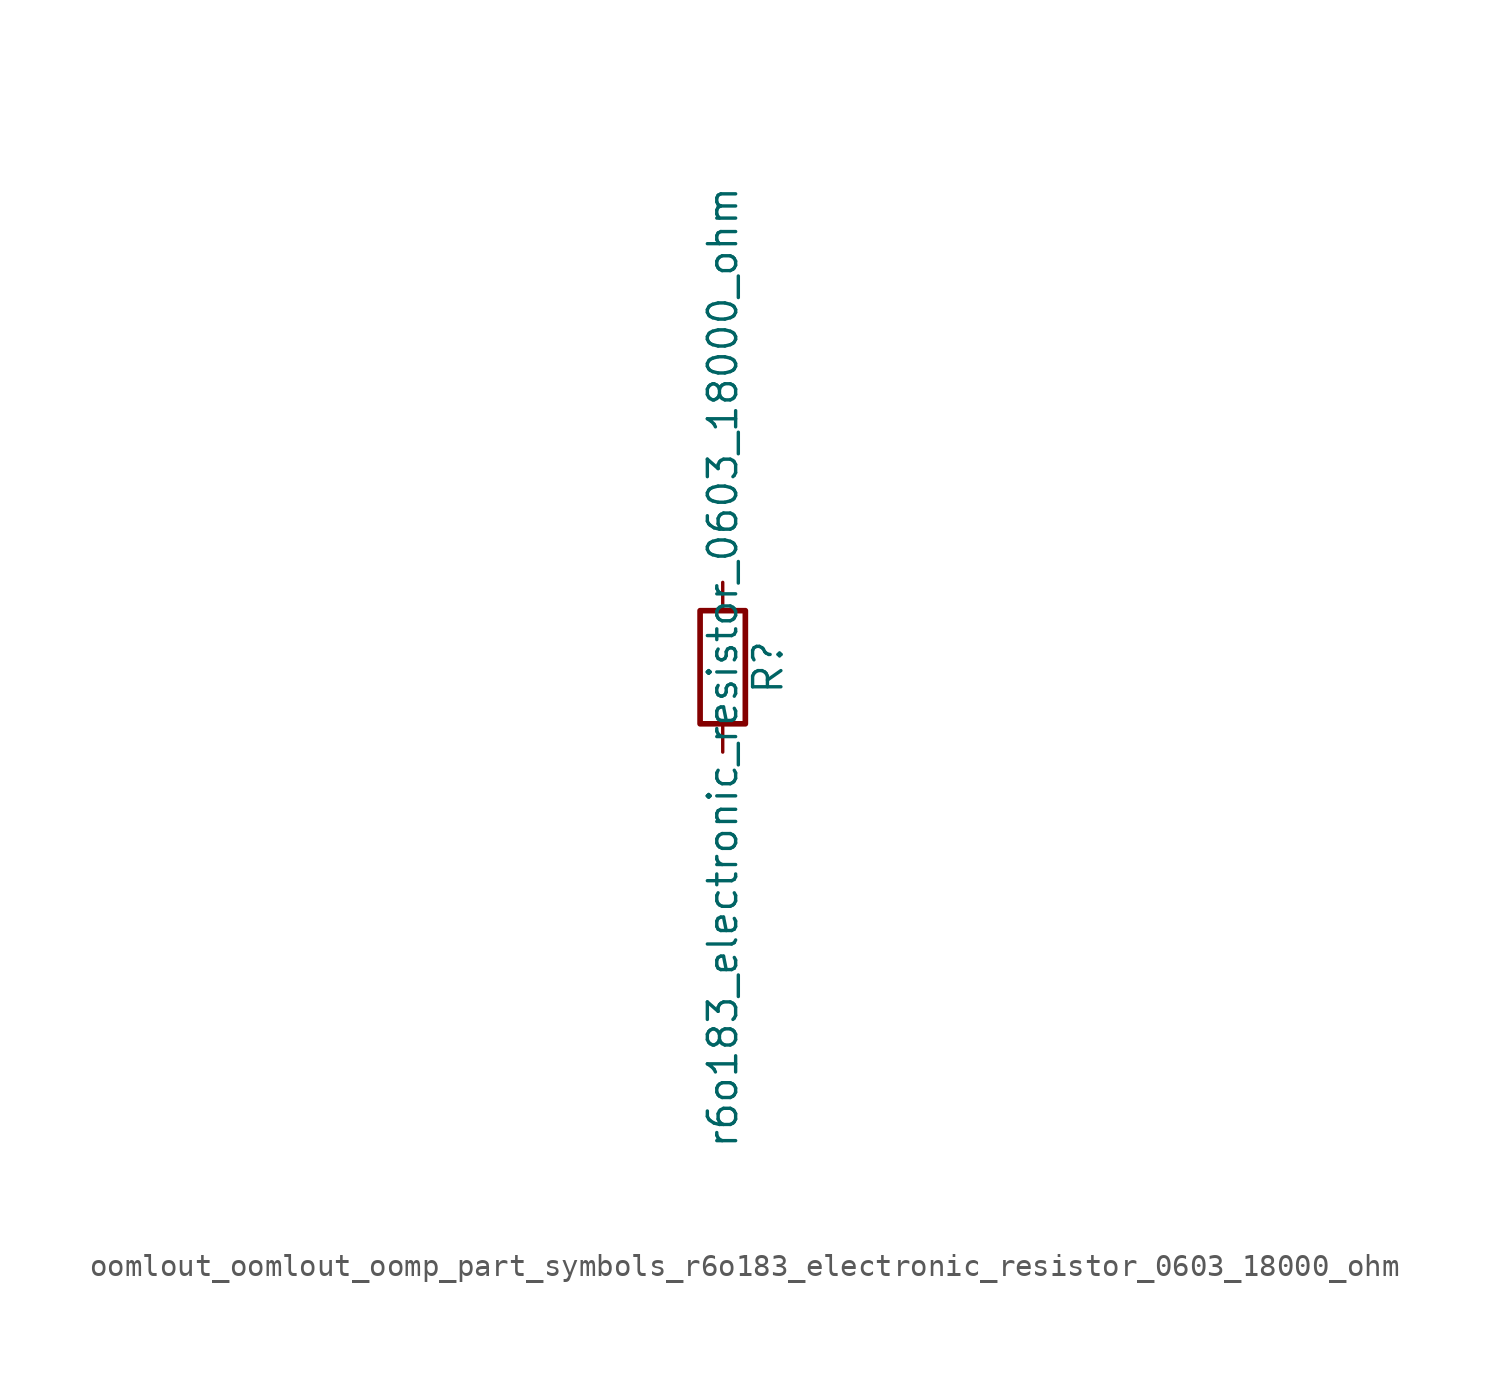
<source format=kicad_sym>
(kicad_symbol_lib
  (version 20220914)
  (generator kicad_symbol_editor)
  (symbol "oomlout_oomlout_oomp_part_symbols_r6o183_electronic_resistor_0603_18000_ohm"
    (pin_numbers hide)
    (pin_names
      (offset 0))
    (property "Reference" "R"
      (at 2.032 0 90)
      (effects (font (size 1.27 1.27))))
    (property "Value" "r6o183_electronic_resistor_0603_18000_ohm"
      (at 0 0 90)
      (effects (font (size 1.27 1.27))))
    (symbol "oomlout_oomlout_oomp_part_symbols_r6o183_electronic_resistor_0603_18000_ohm_0_1"
      (rectangle (start -1.016 -2.54) (end 1.016 2.54) (stroke (width 0.254) (type default)) (fill (type none))))
    (symbol "oomlout_oomlout_oomp_part_symbols_r6o183_electronic_resistor_0603_18000_ohm_1_1"
      (pin passive line (at 0 3.81 270) (length 1.27) (name "~" (effects (font (size 1.27 1.27)))) (number "1" (effects (font (size 1.27 1.27)))))
      (pin passive line (at 0 -3.81 90) (length 1.27) (name "~" (effects (font (size 1.27 1.27)))) (number "2" (effects (font (size 1.27 1.27))))))))
</source>
